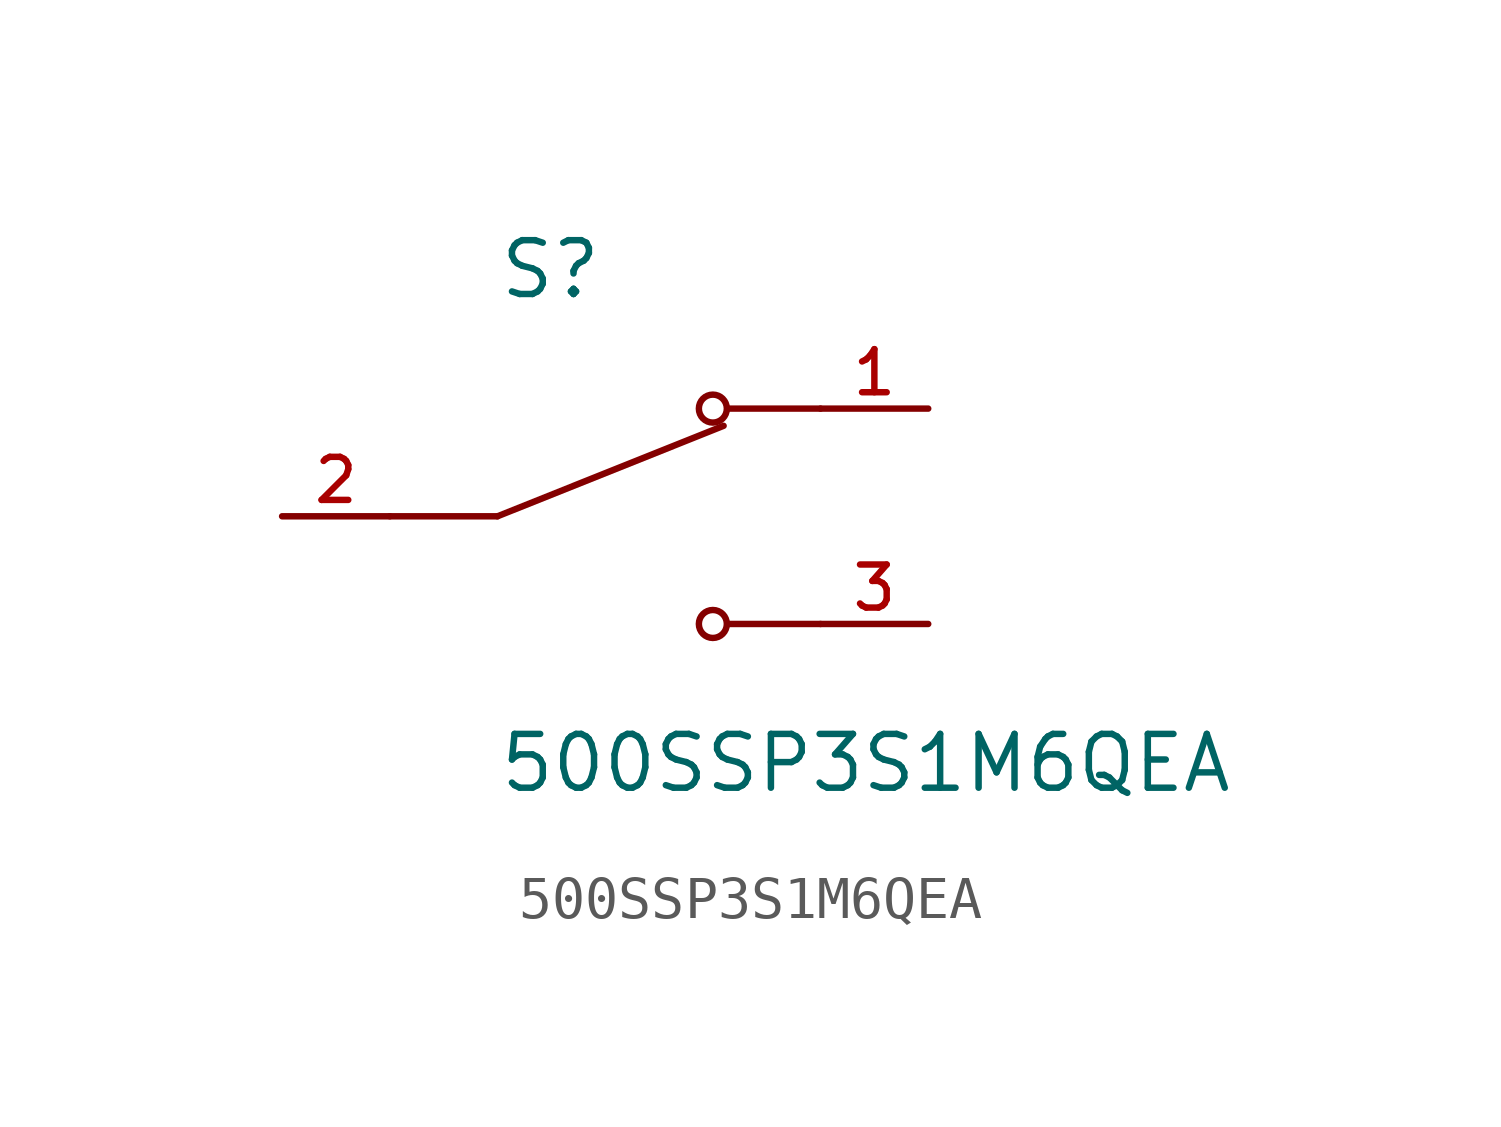
<source format=kicad_sym>
(kicad_symbol_lib
  (version 20211014)
  (generator kicad_symbol_editor)
  (symbol "500SSP3S1M6QEA"
    (pin_names
      (offset 1.016))
    (property "Reference" "S"
      (at -2.54 5.08 0)
      (effects (font (size 1.27 1.27)) (justify bottom left)))
    (property "Value" "500SSP3S1M6QEA"
      (at -2.54 -5.08 0)
      (effects (font (size 1.27 1.27)) (justify top left)))
    (symbol "500SSP3S1M6QEA_0_0"
      (polyline (pts (xy -2.54 0.0) (xy 2.794 2.134)) (stroke (width 0.152)))
      (circle (center 2.54 2.54) (radius 0.33) (stroke (width 0.152)) (fill (type none)))
      (circle (center 2.54 -2.54) (radius 0.33) (stroke (width 0.152)) (fill (type none)))
      (polyline (pts (xy 5.08 -2.54) (xy 2.921 -2.54)) (stroke (width 0.152)))
      (polyline (pts (xy 5.08 2.54) (xy 2.921 2.54)) (stroke (width 0.152)))
      (polyline (pts (xy -2.54 0.0) (xy -5.08 0.0)) (stroke (width 0.152)))
      (pin passive line (at 7.62 2.54 180.0) (length 2.54) (name "~" (effects (font (size 1.016 1.016)))) (number "1" (effects (font (size 1.016 1.016)))))
      (pin passive line (at -7.62 0.0 0) (length 2.54) (name "~" (effects (font (size 1.016 1.016)))) (number "2" (effects (font (size 1.016 1.016)))))
      (pin passive line (at 7.62 -2.54 180.0) (length 2.54) (name "~" (effects (font (size 1.016 1.016)))) (number "3" (effects (font (size 1.016 1.016))))))))
</source>
